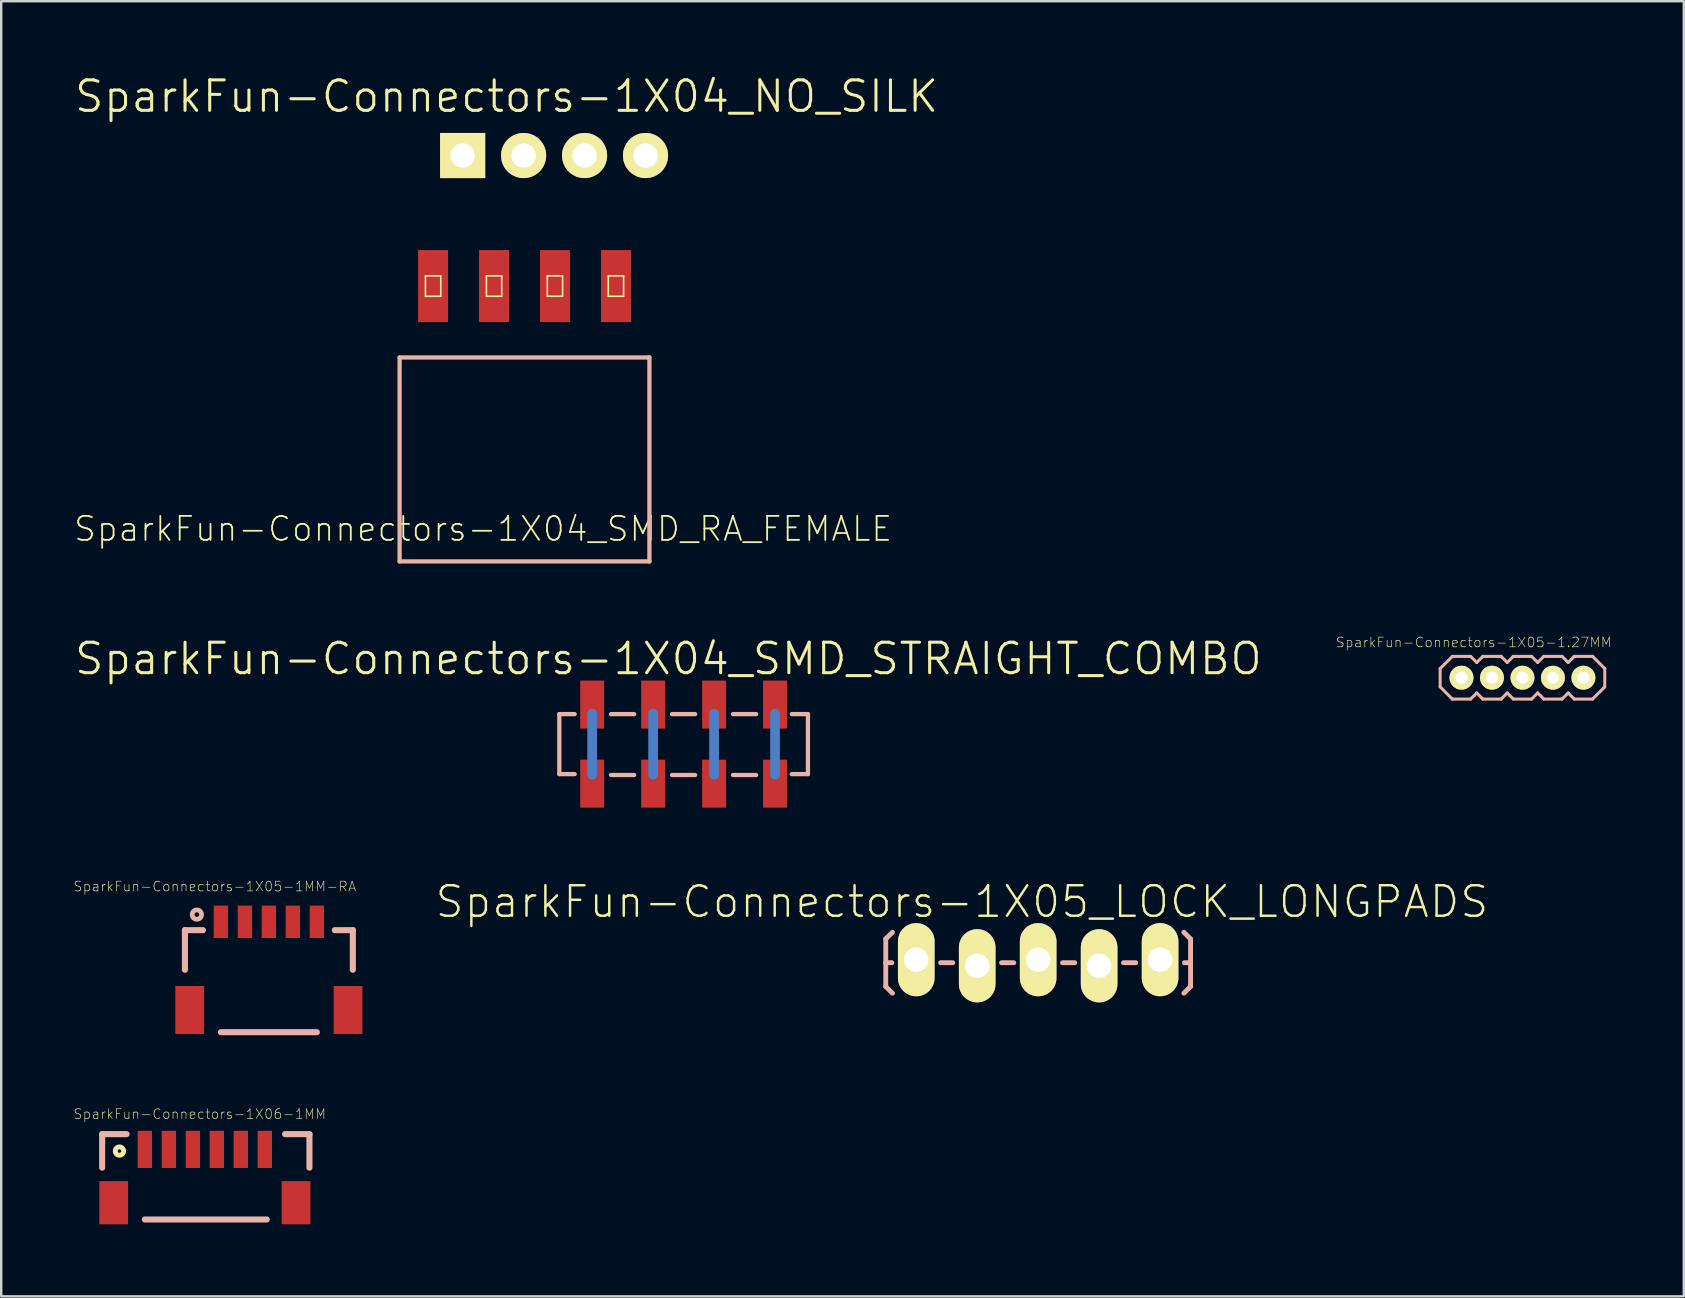
<source format=kicad_pcb>
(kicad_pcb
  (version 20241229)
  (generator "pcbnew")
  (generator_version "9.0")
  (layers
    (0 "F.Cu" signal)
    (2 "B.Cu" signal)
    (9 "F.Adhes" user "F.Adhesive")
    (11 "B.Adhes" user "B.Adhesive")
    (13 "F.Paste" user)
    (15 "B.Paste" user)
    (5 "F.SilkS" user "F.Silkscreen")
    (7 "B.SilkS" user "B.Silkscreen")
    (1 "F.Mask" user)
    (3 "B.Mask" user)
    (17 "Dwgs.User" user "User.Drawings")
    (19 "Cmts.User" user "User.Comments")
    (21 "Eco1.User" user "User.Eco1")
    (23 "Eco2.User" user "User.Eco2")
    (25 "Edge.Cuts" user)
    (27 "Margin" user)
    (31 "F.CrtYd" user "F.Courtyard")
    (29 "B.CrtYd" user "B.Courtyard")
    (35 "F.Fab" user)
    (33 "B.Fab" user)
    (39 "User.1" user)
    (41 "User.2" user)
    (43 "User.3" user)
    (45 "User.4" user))
  (footprint "SparkFun-Connectors-1X05-1.27MM"
    (layer "F.Cu")
    (at 57.843 25.187)
    (property "Reference" "SparkFun-Connectors-1X05-1.27MM" (at 0.508 -1.473 0) (layer "F.SilkS") (effects (font (size 0.406 0.406) (thickness 0.025))))
    (attr exclude_from_pos_files exclude_from_bom)
    (fp_line (start -0.889 -0.381) (end -0.889 0.381) (stroke (width 0.127) (type solid)) (layer "B.SilkS"))
    (fp_line (start -0.889 0.381) (end -0.381 0.889) (stroke (width 0.127) (type solid)) (layer "B.SilkS"))
    (fp_line (start -0.381 -0.889) (end -0.889 -0.381) (stroke (width 0.127) (type solid)) (layer "B.SilkS"))
    (fp_line (start -0.381 0.889) (end 0.381 0.889) (stroke (width 0.127) (type solid)) (layer "B.SilkS"))
    (fp_line (start 0.381 -0.889) (end -0.381 -0.889) (stroke (width 0.127) (type solid)) (layer "B.SilkS"))
    (fp_line (start 0.381 0.889) (end 0.635 0.635) (stroke (width 0.127) (type solid)) (layer "B.SilkS"))
    (fp_line (start 0.635 -0.635) (end 0.381 -0.889) (stroke (width 0.127) (type solid)) (layer "B.SilkS"))
    (fp_line (start 0.635 0.635) (end 0.889 0.889) (stroke (width 0.127) (type solid)) (layer "B.SilkS"))
    (fp_line (start 0.889 -0.889) (end 0.635 -0.635) (stroke (width 0.127) (type solid)) (layer "B.SilkS"))
    (fp_line (start 0.889 0.889) (end 1.651 0.889) (stroke (width 0.127) (type solid)) (layer "B.SilkS"))
    (fp_line (start 1.651 -0.889) (end 0.889 -0.889) (stroke (width 0.127) (type solid)) (layer "B.SilkS"))
    (fp_line (start 1.651 0.889) (end 1.905 0.635) (stroke (width 0.127) (type solid)) (layer "B.SilkS"))
    (fp_line (start 1.905 -0.635) (end 1.651 -0.889) (stroke (width 0.127) (type solid)) (layer "B.SilkS"))
    (fp_line (start 1.905 0.635) (end 2.159 0.889) (stroke (width 0.127) (type solid)) (layer "B.SilkS"))
    (fp_line (start 2.159 -0.889) (end 1.905 -0.635) (stroke (width 0.127) (type solid)) (layer "B.SilkS"))
    (fp_line (start 2.159 0.889) (end 2.921 0.889) (stroke (width 0.127) (type solid)) (layer "B.SilkS"))
    (fp_line (start 2.921 -0.889) (end 2.159 -0.889) (stroke (width 0.127) (type solid)) (layer "B.SilkS"))
    (fp_line (start 2.921 0.889) (end 3.175 0.635) (stroke (width 0.127) (type solid)) (layer "B.SilkS"))
    (fp_line (start 3.175 -0.635) (end 2.921 -0.889) (stroke (width 0.127) (type solid)) (layer "B.SilkS"))
    (fp_line (start 3.175 0.635) (end 3.429 0.889) (stroke (width 0.127) (type solid)) (layer "B.SilkS"))
    (fp_line (start 3.429 -0.889) (end 3.175 -0.635) (stroke (width 0.127) (type solid)) (layer "B.SilkS"))
    (fp_line (start 3.429 0.889) (end 4.191 0.889) (stroke (width 0.127) (type solid)) (layer "B.SilkS"))
    (fp_line (start 4.191 -0.889) (end 3.429 -0.889) (stroke (width 0.127) (type solid)) (layer "B.SilkS"))
    (fp_line (start 4.191 0.889) (end 4.445 0.635) (stroke (width 0.127) (type solid)) (layer "B.SilkS"))
    (fp_line (start 4.445 -0.635) (end 4.191 -0.889) (stroke (width 0.127) (type solid)) (layer "B.SilkS"))
    (fp_line (start 4.445 0.635) (end 4.699 0.889) (stroke (width 0.127) (type solid)) (layer "B.SilkS"))
    (fp_line (start 4.699 -0.889) (end 4.445 -0.635) (stroke (width 0.127) (type solid)) (layer "B.SilkS"))
    (fp_line (start 4.699 0.889) (end 5.461 0.889) (stroke (width 0.127) (type solid)) (layer "B.SilkS"))
    (fp_line (start 5.461 -0.889) (end 4.699 -0.889) (stroke (width 0.127) (type solid)) (layer "B.SilkS"))
    (fp_line (start 5.461 -0.889) (end 5.969 -0.381) (stroke (width 0.127) (type solid)) (layer "B.SilkS"))
    (fp_line (start 5.969 -0.381) (end 5.969 0.381) (stroke (width 0.127) (type solid)) (layer "B.SilkS"))
    (fp_line (start 5.969 0.381) (end 5.461 0.889) (stroke (width 0.127) (type solid)) (layer "B.SilkS"))
    (pad "1" thru_hole circle (at 0 0) (size 0.998 0.998) (drill 0.508) (layers "*.Cu" "F.Mask" "F.SilkS" "F.Paste"))
    (pad "2" thru_hole circle (at 1.27 0) (size 0.998 0.998) (drill 0.508) (layers "*.Cu" "F.Mask" "F.SilkS" "F.Paste"))
    (pad "3" thru_hole circle (at 2.54 0) (size 0.998 0.998) (drill 0.508) (layers "*.Cu" "F.Mask" "F.SilkS" "F.Paste"))
    (pad "4" thru_hole circle (at 3.81 0) (size 0.998 0.998) (drill 0.508) (layers "*.Cu" "F.Mask" "F.SilkS" "F.Paste"))
    (pad "5" thru_hole circle (at 5.08 0) (size 0.998 0.998) (drill 0.508) (layers "*.Cu" "F.Mask" "F.SilkS" "F.Paste")))
  (footprint "SparkFun-Connectors-1X04_SMD_STRAIGHT_COMBO"
    (layer "F.Cu")
    (at 21.623 27.953)
    (property "Reference" "SparkFun-Connectors-1X04_SMD_STRAIGHT_COMBO" (at 3.175 -3.556 0) (layer "F.SilkS") (effects (font (size 1.27 1.27) (thickness 0.127))))
    (attr smd)
    (fp_line (start 0 -1.27) (end 0 1.27) (stroke (width 0.406) (type solid)) (layer "B.Cu"))
    (fp_line (start 2.54 -1.27) (end 2.54 1.27) (stroke (width 0.406) (type solid)) (layer "B.Cu"))
    (fp_line (start 5.08 -1.27) (end 5.08 1.27) (stroke (width 0.406) (type solid)) (layer "B.Cu"))
    (fp_line (start 7.62 -1.27) (end 7.62 1.27) (stroke (width 0.406) (type solid)) (layer "B.Cu"))
    (fp_line (start -1.369 -1.25) (end -0.729 -1.25) (stroke (width 0.178) (type solid)) (layer "B.SilkS"))
    (fp_line (start -1.369 1.25) (end -1.369 -1.25) (stroke (width 0.178) (type solid)) (layer "B.SilkS"))
    (fp_line (start -0.729 1.25) (end -1.369 1.25) (stroke (width 0.178) (type solid)) (layer "B.SilkS"))
    (fp_line (start 0.787 -1.25) (end 1.75 -1.25) (stroke (width 0.178) (type solid)) (layer "B.SilkS"))
    (fp_line (start 0.787 1.288) (end 1.75 1.288) (stroke (width 0.178) (type solid)) (layer "B.SilkS"))
    (fp_line (start 3.327 -1.25) (end 4.29 -1.25) (stroke (width 0.178) (type solid)) (layer "B.SilkS"))
    (fp_line (start 3.327 1.288) (end 4.29 1.288) (stroke (width 0.178) (type solid)) (layer "B.SilkS"))
    (fp_line (start 5.867 -1.25) (end 6.83 -1.25) (stroke (width 0.178) (type solid)) (layer "B.SilkS"))
    (fp_line (start 5.867 1.288) (end 6.83 1.288) (stroke (width 0.178) (type solid)) (layer "B.SilkS"))
    (fp_line (start 8.319 -1.25) (end 8.989 -1.25) (stroke (width 0.178) (type solid)) (layer "B.SilkS"))
    (fp_line (start 8.989 -1.25) (end 8.989 1.25) (stroke (width 0.178) (type solid)) (layer "B.SilkS"))
    (fp_line (start 8.989 1.25) (end 8.319 1.25) (stroke (width 0.178) (type solid)) (layer "B.SilkS"))
    (pad "1" smd rect (at 0 1.648 270) (size 1.999 0.998) (layers "F.Cu" "F.Mask" "F.Paste"))
    (pad "1-2" smd rect (at 0 -1.648 90) (size 1.999 0.998) (layers "F.Cu" "F.Mask" "F.Paste"))
    (pad "2" smd rect (at 2.54 -1.648 270) (size 1.999 0.998) (layers "F.Cu" "F.Mask" "F.Paste"))
    (pad "2-2" smd rect (at 2.54 1.648 90) (size 1.999 0.998) (layers "F.Cu" "F.Mask" "F.Paste"))
    (pad "3" smd rect (at 5.08 1.648 270) (size 1.999 0.998) (layers "F.Cu" "F.Mask" "F.Paste"))
    (pad "3-2" smd rect (at 5.08 -1.648 90) (size 1.999 0.998) (layers "F.Cu" "F.Mask" "F.Paste"))
    (pad "4" smd rect (at 7.62 -1.648 270) (size 1.999 0.998) (layers "F.Cu" "F.Mask" "F.Paste"))
    (pad "4-2" smd rect (at 7.62 1.648 90) (size 1.999 0.998) (layers "F.Cu" "F.Mask" "F.Paste")))
  (footprint "SparkFun-Connectors-1X06-1MM"
    (layer "F.Cu")
    (at 5.525 46.109)
    (property "Reference" "SparkFun-Connectors-1X06-1MM" (at -0.254 -2.743 0) (layer "F.SilkS") (effects (font (size 0.406 0.406) (thickness 0.025))))
    (attr smd)
    (fp_circle (center -3.599 -1.199) (end -3.65 -1.25) (stroke (width 0.203) (type solid)) (fill no) (layer "F.SilkS"))
    (fp_line (start -4.318 -1.905) (end -3.302 -1.905) (stroke (width 0.254) (type solid)) (layer "B.SilkS"))
    (fp_line (start -4.318 -0.508) (end -4.318 -1.905) (stroke (width 0.254) (type solid)) (layer "B.SilkS"))
    (fp_line (start -2.54 1.651) (end 2.54 1.651) (stroke (width 0.254) (type solid)) (layer "B.SilkS"))
    (fp_line (start 3.302 -1.905) (end 4.318 -1.905) (stroke (width 0.254) (type solid)) (layer "B.SilkS"))
    (fp_line (start 4.318 -1.905) (end 4.318 -0.508) (stroke (width 0.254) (type solid)) (layer "B.SilkS"))
    (pad "1" smd rect (at -2.54 -1.27) (size 0.599 1.549) (layers "F.Cu" "F.Mask" "F.Paste"))
    (pad "2" smd rect (at -1.539 -1.27) (size 0.599 1.549) (layers "F.Cu" "F.Mask" "F.Paste"))
    (pad "3" smd rect (at -0.538 -1.27) (size 0.599 1.549) (layers "F.Cu" "F.Mask" "F.Paste"))
    (pad "4" smd rect (at 0.46 -1.27) (size 0.599 1.549) (layers "F.Cu" "F.Mask" "F.Paste"))
    (pad "5" smd rect (at 1.458 -1.27) (size 0.599 1.549) (layers "F.Cu" "F.Mask" "F.Paste"))
    (pad "6" smd rect (at 2.459 -1.27) (size 0.599 1.549) (layers "F.Cu" "F.Mask" "F.Paste"))
    (pad "P$1" smd rect (at -3.838 0.953) (size 1.199 1.798) (layers "F.Cu" "F.Mask" "F.Paste"))
    (pad "P$2" smd rect (at 3.759 0.953) (size 1.199 1.798) (layers "F.Cu" "F.Mask" "F.Paste")))
  (footprint "SparkFun-Connectors-1X04_NO_SILK"
    (layer "F.Cu")
    (at 16.226 3.43)
    (property "Reference" "SparkFun-Connectors-1X04_NO_SILK" (at 1.829 -2.464 0) (layer "F.SilkS") (effects (font (size 1.27 1.27) (thickness 0.127))))
    (attr exclude_from_pos_files exclude_from_bom)
    (fp_line (start -0.254 -0.254) (end 0.254 -0.254) (stroke (width 0.066) (type solid)) (layer "F.SilkS"))
    (fp_line (start -0.254 0.254) (end -0.254 -0.254) (stroke (width 0.066) (type solid)) (layer "F.SilkS"))
    (fp_line (start -0.254 0.254) (end 0.254 0.254) (stroke (width 0.066) (type solid)) (layer "F.SilkS"))
    (fp_line (start 0.254 0.254) (end 0.254 -0.254) (stroke (width 0.066) (type solid)) (layer "F.SilkS"))
    (fp_line (start 2.286 -0.254) (end 2.794 -0.254) (stroke (width 0.066) (type solid)) (layer "F.SilkS"))
    (fp_line (start 2.286 0.254) (end 2.286 -0.254) (stroke (width 0.066) (type solid)) (layer "F.SilkS"))
    (fp_line (start 2.286 0.254) (end 2.794 0.254) (stroke (width 0.066) (type solid)) (layer "F.SilkS"))
    (fp_line (start 2.794 0.254) (end 2.794 -0.254) (stroke (width 0.066) (type solid)) (layer "F.SilkS"))
    (fp_line (start 4.826 -0.254) (end 5.334 -0.254) (stroke (width 0.066) (type solid)) (layer "F.SilkS"))
    (fp_line (start 4.826 0.254) (end 4.826 -0.254) (stroke (width 0.066) (type solid)) (layer "F.SilkS"))
    (fp_line (start 4.826 0.254) (end 5.334 0.254) (stroke (width 0.066) (type solid)) (layer "F.SilkS"))
    (fp_line (start 5.334 0.254) (end 5.334 -0.254) (stroke (width 0.066) (type solid)) (layer "F.SilkS"))
    (fp_line (start 7.366 -0.254) (end 7.874 -0.254) (stroke (width 0.066) (type solid)) (layer "F.SilkS"))
    (fp_line (start 7.366 0.254) (end 7.366 -0.254) (stroke (width 0.066) (type solid)) (layer "F.SilkS"))
    (fp_line (start 7.366 0.254) (end 7.874 0.254) (stroke (width 0.066) (type solid)) (layer "F.SilkS"))
    (fp_line (start 7.874 0.254) (end 7.874 -0.254) (stroke (width 0.066) (type solid)) (layer "F.SilkS"))
    (pad "1" thru_hole rect (at 0 0) (size 1.88 1.88) (drill 1.016) (layers "*.Cu" "F.Mask" "F.SilkS" "F.Paste"))
    (pad "2" thru_hole circle (at 2.54 0) (size 1.88 1.88) (drill 1.016) (layers "*.Cu" "F.Mask" "F.SilkS" "F.Paste"))
    (pad "3" thru_hole circle (at 5.08 0) (size 1.88 1.88) (drill 1.016) (layers "*.Cu" "F.Mask" "F.SilkS" "F.Paste"))
    (pad "4" thru_hole circle (at 7.62 0) (size 1.88 1.88) (drill 1.016) (layers "*.Cu" "F.Mask" "F.SilkS" "F.Paste")))
  (footprint "SparkFun-Connectors-1X04_SMD_RA_FEMALE"
    (layer "F.Cu")
    (at 18.804 16.093)
    (property "Reference" "SparkFun-Connectors-1X04_SMD_RA_FEMALE" (at -1.725 2.893 0) (layer "F.SilkS") (effects (font (size 0.998 0.998) (thickness 0.076))))
    (attr smd)
    (fp_line (start -4.128 -7.648) (end -3.49 -7.648) (stroke (width 0.066) (type solid)) (layer "F.SilkS"))
    (fp_line (start -4.128 -6.8) (end -4.128 -7.648) (stroke (width 0.066) (type solid)) (layer "F.SilkS"))
    (fp_line (start -4.128 -6.8) (end -3.49 -6.8) (stroke (width 0.066) (type solid)) (layer "F.SilkS"))
    (fp_line (start -3.49 -6.8) (end -3.49 -7.648) (stroke (width 0.066) (type solid)) (layer "F.SilkS"))
    (fp_line (start -1.587 -7.648) (end -0.95 -7.648) (stroke (width 0.066) (type solid)) (layer "F.SilkS"))
    (fp_line (start -1.587 -6.8) (end -1.587 -7.648) (stroke (width 0.066) (type solid)) (layer "F.SilkS"))
    (fp_line (start -1.587 -6.8) (end -0.95 -6.8) (stroke (width 0.066) (type solid)) (layer "F.SilkS"))
    (fp_line (start -0.95 -6.8) (end -0.95 -7.648) (stroke (width 0.066) (type solid)) (layer "F.SilkS"))
    (fp_line (start 0.95 -7.648) (end 1.587 -7.648) (stroke (width 0.066) (type solid)) (layer "F.SilkS"))
    (fp_line (start 0.95 -6.8) (end 0.95 -7.648) (stroke (width 0.066) (type solid)) (layer "F.SilkS"))
    (fp_line (start 0.95 -6.8) (end 1.587 -6.8) (stroke (width 0.066) (type solid)) (layer "F.SilkS"))
    (fp_line (start 1.587 -6.8) (end 1.587 -7.648) (stroke (width 0.066) (type solid)) (layer "F.SilkS"))
    (fp_line (start 3.49 -7.648) (end 4.128 -7.648) (stroke (width 0.066) (type solid)) (layer "F.SilkS"))
    (fp_line (start 3.49 -6.8) (end 3.49 -7.648) (stroke (width 0.066) (type solid)) (layer "F.SilkS"))
    (fp_line (start 3.49 -6.8) (end 4.128 -6.8) (stroke (width 0.066) (type solid)) (layer "F.SilkS"))
    (fp_line (start 4.128 -6.8) (end 4.128 -7.648) (stroke (width 0.066) (type solid)) (layer "F.SilkS"))
    (fp_line (start -5.204 -4.249) (end -5.204 4.249) (stroke (width 0.178) (type solid)) (layer "B.SilkS"))
    (fp_line (start -5.204 4.249) (end 5.204 4.249) (stroke (width 0.178) (type solid)) (layer "B.SilkS"))
    (fp_line (start 5.204 -4.249) (end -5.204 -4.249) (stroke (width 0.178) (type solid)) (layer "B.SilkS"))
    (fp_line (start 5.204 4.249) (end 5.204 -4.249) (stroke (width 0.178) (type solid)) (layer "B.SilkS"))
    (pad "1" smd rect (at -3.81 -7.224 180) (size 1.25 3) (layers "F.Cu" "F.Mask" "F.Paste"))
    (pad "2" smd rect (at -1.27 -7.224 180) (size 1.25 3) (layers "F.Cu" "F.Mask" "F.Paste"))
    (pad "3" smd rect (at 1.27 -7.224 180) (size 1.25 3) (layers "F.Cu" "F.Mask" "F.Paste"))
    (pad "4" smd rect (at 3.81 -7.224 180) (size 1.25 3) (layers "F.Cu" "F.Mask" "F.Paste")))
  (footprint "SparkFun-Connectors-1X05_LOCK_LONGPADS"
    (layer "F.Cu")
    (at 35.125 36.935)
    (property "Reference" "SparkFun-Connectors-1X05_LOCK_LONGPADS" (at 1.905 -2.413 0) (layer "F.SilkS") (effects (font (size 1.27 1.27) (thickness 0.102))))
    (attr exclude_from_pos_files exclude_from_bom)
    (fp_line (start -0.292 -0.165) (end 0.292 -0.165) (stroke (width 0.066) (type solid)) (layer "F.SilkS"))
    (fp_line (start -0.292 0.419) (end -0.292 -0.165) (stroke (width 0.066) (type solid)) (layer "F.SilkS"))
    (fp_line (start -0.292 0.419) (end 0.292 0.419) (stroke (width 0.066) (type solid)) (layer "F.SilkS"))
    (fp_line (start 0.292 0.419) (end 0.292 -0.165) (stroke (width 0.066) (type solid)) (layer "F.SilkS"))
    (fp_line (start 2.248 -0.165) (end 2.832 -0.165) (stroke (width 0.066) (type solid)) (layer "F.SilkS"))
    (fp_line (start 2.248 0.419) (end 2.248 -0.165) (stroke (width 0.066) (type solid)) (layer "F.SilkS"))
    (fp_line (start 2.248 0.419) (end 2.832 0.419) (stroke (width 0.066) (type solid)) (layer "F.SilkS"))
    (fp_line (start 2.832 0.419) (end 2.832 -0.165) (stroke (width 0.066) (type solid)) (layer "F.SilkS"))
    (fp_line (start 4.788 -0.165) (end 5.372 -0.165) (stroke (width 0.066) (type solid)) (layer "F.SilkS"))
    (fp_line (start 4.788 0.419) (end 4.788 -0.165) (stroke (width 0.066) (type solid)) (layer "F.SilkS"))
    (fp_line (start 4.788 0.419) (end 5.372 0.419) (stroke (width 0.066) (type solid)) (layer "F.SilkS"))
    (fp_line (start 5.372 0.419) (end 5.372 -0.165) (stroke (width 0.066) (type solid)) (layer "F.SilkS"))
    (fp_line (start 7.328 -0.165) (end 7.912 -0.165) (stroke (width 0.066) (type solid)) (layer "F.SilkS"))
    (fp_line (start 7.328 0.419) (end 7.328 -0.165) (stroke (width 0.066) (type solid)) (layer "F.SilkS"))
    (fp_line (start 7.328 0.419) (end 7.912 0.419) (stroke (width 0.066) (type solid)) (layer "F.SilkS"))
    (fp_line (start 7.912 0.419) (end 7.912 -0.165) (stroke (width 0.066) (type solid)) (layer "F.SilkS"))
    (fp_line (start 9.868 -0.165) (end 10.452 -0.165) (stroke (width 0.066) (type solid)) (layer "F.SilkS"))
    (fp_line (start 9.868 0.419) (end 9.868 -0.165) (stroke (width 0.066) (type solid)) (layer "F.SilkS"))
    (fp_line (start 9.868 0.419) (end 10.452 0.419) (stroke (width 0.066) (type solid)) (layer "F.SilkS"))
    (fp_line (start 10.452 0.419) (end 10.452 -0.165) (stroke (width 0.066) (type solid)) (layer "F.SilkS"))
    (fp_line (start -1.27 -0.864) (end -0.991 -1.143) (stroke (width 0.203) (type solid)) (layer "B.SilkS"))
    (fp_line (start -1.27 0.127) (end -1.27 -0.864) (stroke (width 0.203) (type solid)) (layer "B.SilkS"))
    (fp_line (start -1.27 0.127) (end -1.27 1.118) (stroke (width 0.203) (type solid)) (layer "B.SilkS"))
    (fp_line (start -1.27 0.127) (end -1.016 0.127) (stroke (width 0.203) (type solid)) (layer "B.SilkS"))
    (fp_line (start -1.27 1.118) (end -0.991 1.397) (stroke (width 0.203) (type solid)) (layer "B.SilkS"))
    (fp_line (start 1.524 0.127) (end 1.016 0.127) (stroke (width 0.203) (type solid)) (layer "B.SilkS"))
    (fp_line (start 4.064 0.127) (end 3.556 0.127) (stroke (width 0.203) (type solid)) (layer "B.SilkS"))
    (fp_line (start 6.604 0.127) (end 6.096 0.127) (stroke (width 0.203) (type solid)) (layer "B.SilkS"))
    (fp_line (start 9.144 0.127) (end 8.636 0.127) (stroke (width 0.203) (type solid)) (layer "B.SilkS"))
    (fp_line (start 11.43 -0.864) (end 11.151 -1.143) (stroke (width 0.203) (type solid)) (layer "B.SilkS"))
    (fp_line (start 11.43 0.127) (end 11.176 0.127) (stroke (width 0.203) (type solid)) (layer "B.SilkS"))
    (fp_line (start 11.43 0.127) (end 11.43 -0.864) (stroke (width 0.203) (type solid)) (layer "B.SilkS"))
    (fp_line (start 11.43 0.127) (end 11.43 1.118) (stroke (width 0.203) (type solid)) (layer "B.SilkS"))
    (fp_line (start 11.43 1.118) (end 11.151 1.397) (stroke (width 0.203) (type solid)) (layer "B.SilkS"))
    (pad "1" thru_hole oval (at 0 0 180) (size 1.524 3.048) (drill 1.016) (layers "*.Cu" "F.Mask" "F.SilkS" "F.Paste"))
    (pad "2" thru_hole oval (at 2.54 0.254 180) (size 1.524 3.048) (drill 1.016) (layers "*.Cu" "F.Mask" "F.SilkS" "F.Paste"))
    (pad "3" thru_hole oval (at 5.08 0 180) (size 1.524 3.048) (drill 1.016) (layers "*.Cu" "F.Mask" "F.SilkS" "F.Paste"))
    (pad "4" thru_hole oval (at 7.62 0.254 180) (size 1.524 3.048) (drill 1.016) (layers "*.Cu" "F.Mask" "F.SilkS" "F.Paste"))
    (pad "5" thru_hole oval (at 10.16 0 180) (size 1.524 3.048) (drill 1.016) (layers "*.Cu" "F.Mask" "F.SilkS" "F.Paste")))
  (footprint "SparkFun-Connectors-1X05-1MM-RA"
    (layer "F.Cu")
    (at 8.153 35.357)
    (property "Reference" "SparkFun-Connectors-1X05-1MM-RA" (at -2.253 -1.473 0) (layer "F.SilkS") (effects (font (size 0.406 0.406) (thickness 0.025))))
    (attr smd)
    (fp_line (start -3.498 0.348) (end -2.748 0.348) (stroke (width 0.254) (type solid)) (layer "B.SilkS"))
    (fp_line (start -3.498 1.999) (end -3.498 0.348) (stroke (width 0.254) (type solid)) (layer "B.SilkS"))
    (fp_line (start -1.999 4.6) (end 1.999 4.6) (stroke (width 0.254) (type solid)) (layer "B.SilkS"))
    (fp_line (start 2.748 0.348) (end 3.498 0.348) (stroke (width 0.254) (type solid)) (layer "B.SilkS"))
    (fp_line (start 3.498 0.348) (end 3.498 1.999) (stroke (width 0.254) (type solid)) (layer "B.SilkS"))
    (fp_circle (center -3 -0.3) (end -3.068 -0.368) (stroke (width 0.198) (type solid)) (fill no) (layer "B.SilkS"))
    (pad "1" smd rect (at -1.999 0) (size 0.599 1.349) (layers "F.Cu" "F.Mask" "F.Paste"))
    (pad "2" smd rect (at -0.998 0) (size 0.599 1.349) (layers "F.Cu" "F.Mask" "F.Paste"))
    (pad "3" smd rect (at 0 0) (size 0.599 1.349) (layers "F.Cu" "F.Mask" "F.Paste"))
    (pad "4" smd rect (at 0.998 0) (size 0.599 1.349) (layers "F.Cu" "F.Mask" "F.Paste"))
    (pad "5" smd rect (at 1.999 0) (size 0.599 1.349) (layers "F.Cu" "F.Mask" "F.Paste"))
    (pad "NC1" smd rect (at 3.299 3.673) (size 1.199 1.999) (layers "F.Cu" "F.Mask" "F.Paste"))
    (pad "NC2" smd rect (at -3.299 3.673) (size 1.199 1.999) (layers "F.Cu" "F.Mask" "F.Paste")))
  (gr_rect
    (start -3 -3)
    (end 67.106 50.961)
    (stroke (width 0.1) (type default))
    (fill no)
    (layer "Edge.Cuts")))
</source>
